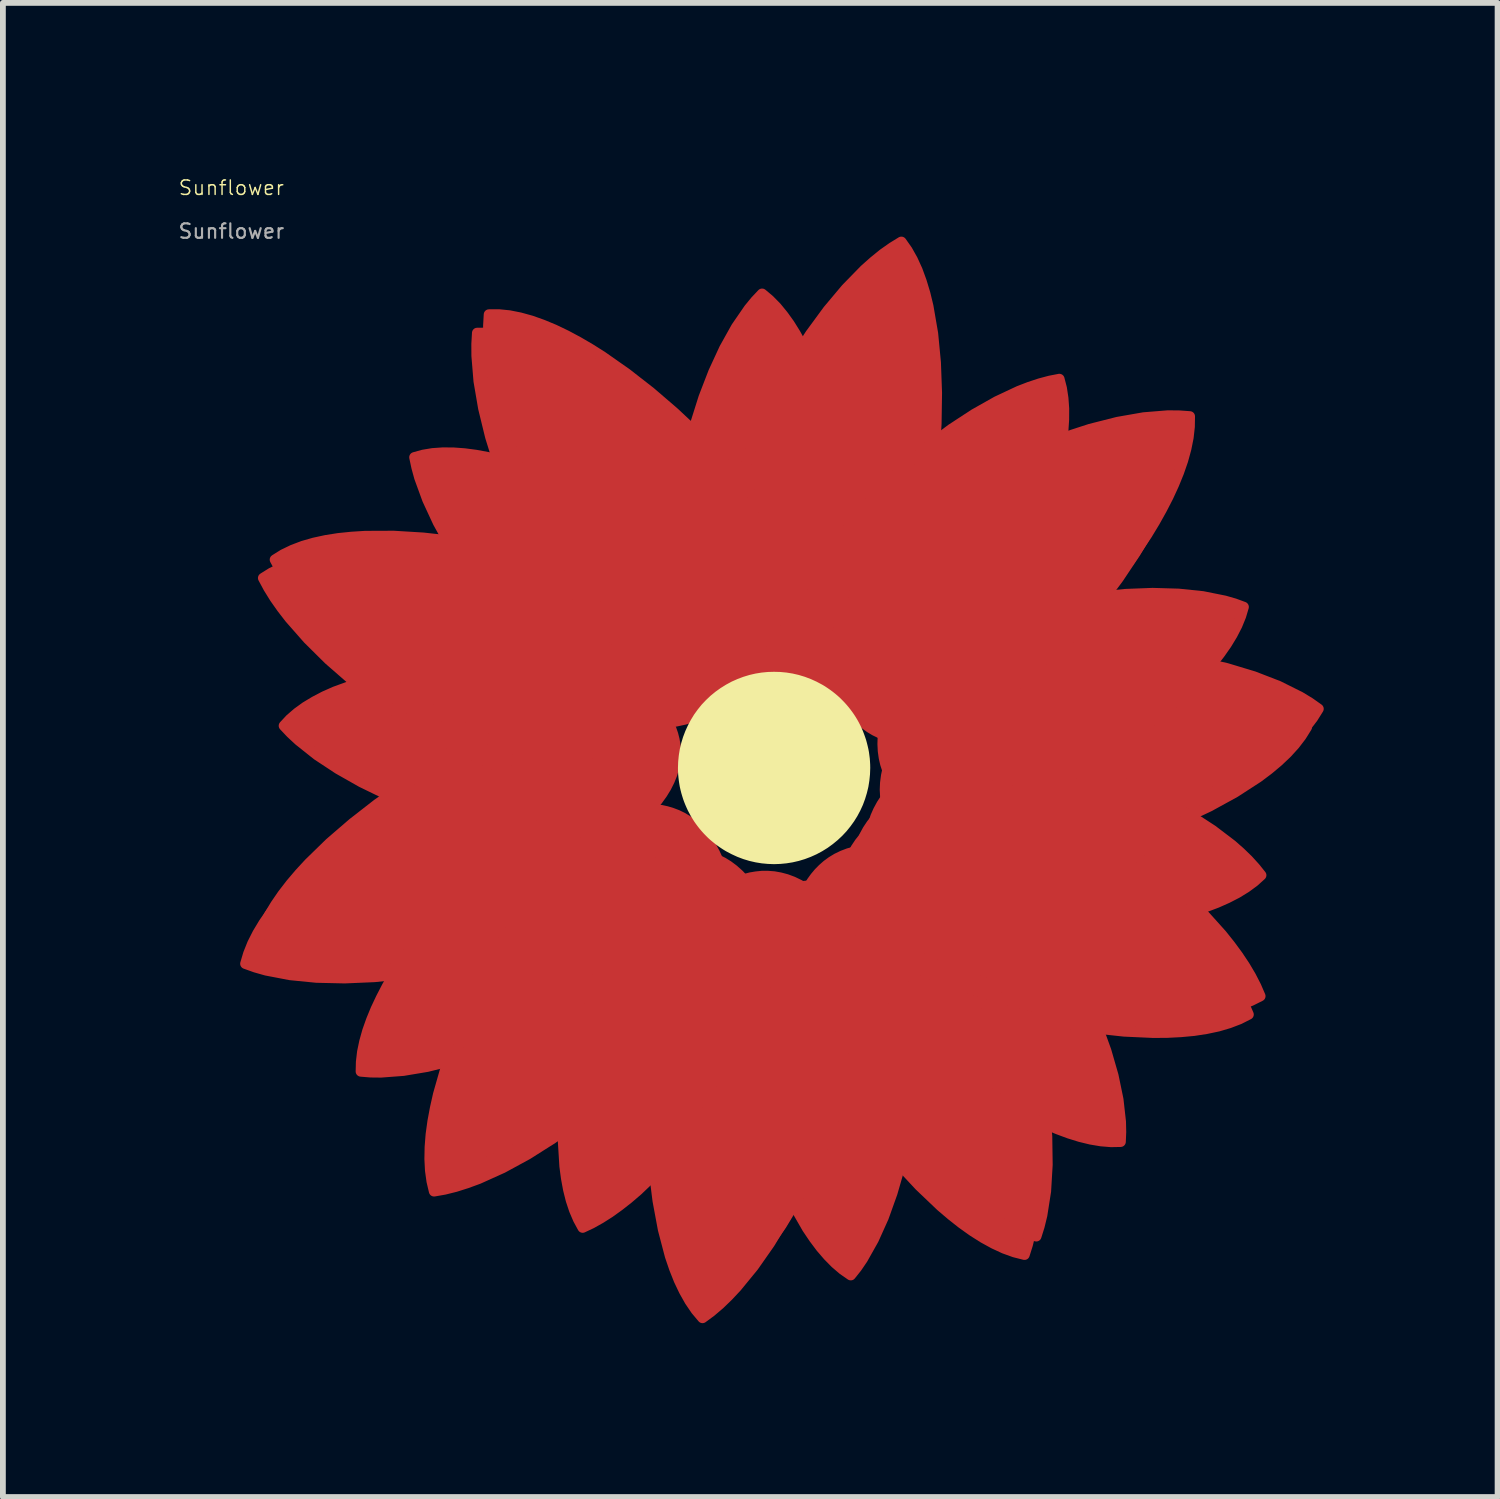
<source format=kicad_pcb>
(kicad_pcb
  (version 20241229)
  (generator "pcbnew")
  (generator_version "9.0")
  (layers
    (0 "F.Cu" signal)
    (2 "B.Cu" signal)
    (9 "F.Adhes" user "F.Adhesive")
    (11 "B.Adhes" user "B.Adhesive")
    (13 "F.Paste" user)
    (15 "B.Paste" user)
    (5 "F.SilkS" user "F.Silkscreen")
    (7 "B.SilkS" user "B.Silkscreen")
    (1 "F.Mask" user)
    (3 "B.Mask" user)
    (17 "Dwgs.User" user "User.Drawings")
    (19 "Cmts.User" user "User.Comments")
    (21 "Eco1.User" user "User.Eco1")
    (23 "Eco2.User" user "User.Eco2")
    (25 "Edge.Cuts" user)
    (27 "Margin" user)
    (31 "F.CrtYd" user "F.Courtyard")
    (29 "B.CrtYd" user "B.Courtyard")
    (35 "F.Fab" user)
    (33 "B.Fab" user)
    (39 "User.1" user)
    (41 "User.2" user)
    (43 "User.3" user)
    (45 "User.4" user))
  (footprint "Sunflower"
    (layer "F.Cu")
    (at 0.942 0.315)
    (property "Reference" "Sunflower" (at 0 -0.125 0) (unlocked yes) (layer "F.SilkS") (effects (font (size 0.25 0.25) (thickness 0.025))))
    (attr through_hole)
    (fp_poly (pts (xy 11.002 9.886) (xy 11.002 9.886) (xy 11.002 9.886)) (stroke (width 0.044) (type solid)) (fill yes) (layer "F.Cu"))
    (fp_poly (pts (xy 5.408 8.05) (xy 5.809 8.076) (xy 6.165 8.12) (xy 6.466 8.18) (xy 6.701 8.255) (xy 6.791 8.298) (xy 6.861 8.344) (xy 7.069 8.512) (xy 7.167 8.603) (xy 7.271 8.712) (xy 7.375 8.837) (xy 7.472 8.979) (xy 7.516 9.055) (xy 7.556 9.135) (xy 7.591 9.219) (xy 7.621 9.306) (xy 7.644 9.396) (xy 7.66 9.489) (xy 7.668 9.585) (xy 7.667 9.684) (xy 7.657 9.786) (xy 7.636 9.89) (xy 7.604 9.997) (xy 7.56 10.106) (xy 7.504 10.218) (xy 7.434 10.332) (xy 7.35 10.448) (xy 7.251 10.565) (xy 7.136 10.677) (xy 7.005 10.773) (xy 6.86 10.856) (xy 6.701 10.924) (xy 6.529 10.98) (xy 6.346 11.022) (xy 6.152 11.053) (xy 5.948 11.071) (xy 5.737 11.078) (xy 5.517 11.075) (xy 5.061 11.036) (xy 4.587 10.959) (xy 4.104 10.848) (xy 3.62 10.706) (xy 3.144 10.537) (xy 2.683 10.344) (xy 2.247 10.132) (xy 1.843 9.903) (xy 1.479 9.663) (xy 1.165 9.413) (xy 1.028 9.286) (xy 0.907 9.158) (xy 1.014 9.043) (xy 1.139 8.935) (xy 1.28 8.833) (xy 1.436 8.739) (xy 1.606 8.65) (xy 1.789 8.569) (xy 2.188 8.424) (xy 2.622 8.305) (xy 3.081 8.209) (xy 3.556 8.135) (xy 4.036 8.084) (xy 4.512 8.053) (xy 4.973 8.042)) (stroke (width 0.18) (type solid)) (fill yes) (layer "F.Cu"))
    (fp_poly (pts (xy 15.416 8.222) (xy 15.95 8.28) (xy 16.472 8.368) (xy 16.971 8.483) (xy 17.438 8.625) (xy 17.864 8.79) (xy 18.24 8.977) (xy 18.406 9.078) (xy 18.556 9.184) (xy 18.461 9.336) (xy 18.347 9.485) (xy 18.214 9.631) (xy 18.063 9.774) (xy 17.897 9.913) (xy 17.716 10.049) (xy 17.316 10.308) (xy 16.875 10.55) (xy 16.402 10.773) (xy 15.909 10.975) (xy 15.407 11.156) (xy 14.907 11.312) (xy 14.419 11.444) (xy 13.955 11.548) (xy 13.524 11.624) (xy 13.139 11.67) (xy 12.809 11.684) (xy 12.547 11.664) (xy 12.444 11.641) (xy 12.362 11.609) (xy 12.113 11.483) (xy 11.994 11.41) (xy 11.865 11.32) (xy 11.734 11.211) (xy 11.67 11.15) (xy 11.608 11.084) (xy 11.548 11.013) (xy 11.493 10.937) (xy 11.441 10.857) (xy 11.396 10.771) (xy 11.356 10.68) (xy 11.324 10.583) (xy 11.299 10.482) (xy 11.284 10.375) (xy 11.278 10.263) (xy 11.283 10.145) (xy 11.299 10.021) (xy 11.327 9.892) (xy 11.368 9.757) (xy 11.424 9.616) (xy 11.494 9.47) (xy 11.58 9.317) (xy 11.684 9.167) (xy 11.807 9.029) (xy 11.948 8.903) (xy 12.106 8.787) (xy 12.279 8.683) (xy 12.467 8.589) (xy 12.668 8.506) (xy 12.881 8.433) (xy 13.339 8.318) (xy 13.83 8.241) (xy 14.347 8.2) (xy 14.879 8.194)) (stroke (width 0.18) (type solid)) (fill yes) (layer "F.Cu"))
    (fp_poly (pts (xy 15.619 7.904) (xy 16.154 7.963) (xy 16.675 8.051) (xy 17.174 8.166) (xy 17.641 8.307) (xy 18.068 8.472) (xy 18.443 8.659) (xy 18.609 8.76) (xy 18.759 8.866) (xy 18.664 9.018) (xy 18.55 9.168) (xy 18.417 9.314) (xy 18.266 9.456) (xy 18.1 9.596) (xy 17.919 9.731) (xy 17.52 9.99) (xy 17.078 10.232) (xy 16.605 10.455) (xy 16.113 10.658) (xy 15.611 10.838) (xy 15.11 10.995) (xy 14.622 11.126) (xy 14.158 11.231) (xy 13.727 11.307) (xy 13.342 11.352) (xy 13.013 11.366) (xy 12.75 11.347) (xy 12.647 11.324) (xy 12.565 11.292) (xy 12.316 11.165) (xy 12.197 11.092) (xy 12.068 11.002) (xy 11.937 10.894) (xy 11.873 10.833) (xy 11.811 10.766) (xy 11.751 10.696) (xy 11.696 10.62) (xy 11.645 10.539) (xy 11.599 10.453) (xy 11.559 10.362) (xy 11.527 10.266) (xy 11.503 10.164) (xy 11.487 10.057) (xy 11.481 9.945) (xy 11.486 9.827) (xy 11.502 9.704) (xy 11.53 9.575) (xy 11.572 9.44) (xy 11.627 9.299) (xy 11.697 9.152) (xy 11.783 9) (xy 11.887 8.85) (xy 12.01 8.712) (xy 12.151 8.585) (xy 12.309 8.47) (xy 12.482 8.365) (xy 12.67 8.272) (xy 12.871 8.189) (xy 13.084 8.116) (xy 13.542 8) (xy 14.034 7.923) (xy 14.55 7.883) (xy 15.082 7.877)) (stroke (width 0.18) (type solid)) (fill yes) (layer "F.Cu"))
    (fp_poly (pts (xy 9.284 1.81) (xy 9.405 1.933) (xy 9.52 2.073) (xy 9.631 2.227) (xy 9.736 2.396) (xy 9.836 2.578) (xy 10.02 2.974) (xy 10.184 3.406) (xy 10.326 3.864) (xy 10.447 4.337) (xy 10.547 4.816) (xy 10.625 5.291) (xy 10.682 5.751) (xy 10.718 6.186) (xy 10.732 6.587) (xy 10.724 6.943) (xy 10.694 7.244) (xy 10.643 7.48) (xy 10.609 7.571) (xy 10.57 7.641) (xy 10.423 7.851) (xy 10.342 7.95) (xy 10.243 8.055) (xy 10.128 8.161) (xy 10.064 8.211) (xy 9.996 8.259) (xy 9.924 8.304) (xy 9.848 8.345) (xy 9.768 8.381) (xy 9.684 8.412) (xy 9.597 8.436) (xy 9.505 8.453) (xy 9.41 8.462) (xy 9.311 8.463) (xy 9.208 8.454) (xy 9.101 8.434) (xy 8.991 8.404) (xy 8.878 8.362) (xy 8.76 8.307) (xy 8.64 8.239) (xy 8.515 8.156) (xy 8.388 8.059) (xy 8.265 7.945) (xy 8.155 7.816) (xy 8.058 7.671) (xy 7.974 7.513) (xy 7.901 7.342) (xy 7.84 7.16) (xy 7.79 6.967) (xy 7.751 6.764) (xy 7.723 6.552) (xy 7.704 6.333) (xy 7.697 5.877) (xy 7.726 5.402) (xy 7.789 4.919) (xy 7.883 4.434) (xy 8.004 3.956) (xy 8.15 3.493) (xy 8.319 3.055) (xy 8.507 2.648) (xy 8.711 2.282) (xy 8.929 1.965) (xy 9.042 1.827) (xy 9.158 1.704)) (stroke (width 0.18) (type solid)) (fill yes) (layer "F.Cu"))
    (fp_poly (pts (xy 10.154 11.929) (xy 10.266 11.95) (xy 10.383 11.982) (xy 10.505 12.026) (xy 10.631 12.084) (xy 10.762 12.155) (xy 10.898 12.241) (xy 11.03 12.343) (xy 11.151 12.463) (xy 11.26 12.598) (xy 11.358 12.748) (xy 11.446 12.912) (xy 11.523 13.088) (xy 11.589 13.276) (xy 11.646 13.475) (xy 11.693 13.683) (xy 11.73 13.9) (xy 11.777 14.354) (xy 11.79 14.829) (xy 11.77 15.316) (xy 11.719 15.808) (xy 11.64 16.294) (xy 11.535 16.768) (xy 11.405 17.219) (xy 11.254 17.641) (xy 11.082 18.023) (xy 10.893 18.359) (xy 10.793 18.506) (xy 10.688 18.638) (xy 10.553 18.544) (xy 10.422 18.432) (xy 10.295 18.303) (xy 10.171 18.159) (xy 10.052 18) (xy 9.936 17.828) (xy 9.718 17.449) (xy 9.517 17.033) (xy 9.335 16.589) (xy 9.173 16.128) (xy 9.032 15.66) (xy 8.912 15.194) (xy 8.815 14.741) (xy 8.741 14.31) (xy 8.692 13.912) (xy 8.669 13.557) (xy 8.672 13.255) (xy 8.702 13.015) (xy 8.728 12.922) (xy 8.761 12.848) (xy 8.889 12.626) (xy 8.961 12.52) (xy 9.05 12.407) (xy 9.155 12.292) (xy 9.215 12.236) (xy 9.278 12.182) (xy 9.346 12.131) (xy 9.418 12.084) (xy 9.494 12.041) (xy 9.575 12.003) (xy 9.66 11.971) (xy 9.75 11.946) (xy 9.844 11.929) (xy 9.943 11.919) (xy 10.046 11.919)) (stroke (width 0.18) (type solid)) (fill yes) (layer "F.Cu"))
    (fp_poly (pts (xy 13.175 9.629) (xy 13.394 9.642) (xy 13.847 9.7) (xy 14.313 9.796) (xy 14.783 9.927) (xy 15.25 10.088) (xy 15.705 10.276) (xy 16.142 10.486) (xy 16.553 10.715) (xy 16.928 10.959) (xy 17.262 11.213) (xy 17.41 11.343) (xy 17.545 11.474) (xy 17.665 11.606) (xy 17.77 11.737) (xy 17.648 11.847) (xy 17.509 11.949) (xy 17.355 12.044) (xy 17.186 12.131) (xy 17.004 12.212) (xy 16.81 12.285) (xy 16.391 12.411) (xy 15.94 12.511) (xy 15.467 12.587) (xy 14.981 12.64) (xy 14.493 12.671) (xy 14.012 12.681) (xy 13.549 12.673) (xy 13.113 12.646) (xy 12.714 12.603) (xy 12.363 12.545) (xy 12.069 12.473) (xy 11.842 12.389) (xy 11.758 12.342) (xy 11.693 12.293) (xy 11.507 12.118) (xy 11.42 12.024) (xy 11.33 11.911) (xy 11.242 11.782) (xy 11.163 11.638) (xy 11.129 11.56) (xy 11.099 11.479) (xy 11.075 11.395) (xy 11.056 11.308) (xy 11.045 11.217) (xy 11.041 11.124) (xy 11.045 11.029) (xy 11.059 10.931) (xy 11.082 10.83) (xy 11.116 10.727) (xy 11.162 10.623) (xy 11.22 10.516) (xy 11.291 10.408) (xy 11.376 10.298) (xy 11.475 10.187) (xy 11.59 10.074) (xy 11.72 9.969) (xy 11.863 9.878) (xy 12.02 9.803) (xy 12.188 9.741) (xy 12.368 9.694) (xy 12.557 9.659) (xy 12.755 9.637) (xy 12.962 9.627)) (stroke (width 0.18) (type solid)) (fill yes) (layer "F.Cu"))
    (fp_poly (pts (xy 3.83 4.446) (xy 4.021 4.46) (xy 4.219 4.486) (xy 4.424 4.524) (xy 4.634 4.572) (xy 5.067 4.698) (xy 5.509 4.856) (xy 5.952 5.043) (xy 6.388 5.25) (xy 6.809 5.473) (xy 7.207 5.706) (xy 7.574 5.941) (xy 7.901 6.173) (xy 8.182 6.397) (xy 8.407 6.605) (xy 8.496 6.702) (xy 8.568 6.792) (xy 8.622 6.876) (xy 8.658 6.952) (xy 8.747 7.204) (xy 8.782 7.333) (xy 8.814 7.48) (xy 8.836 7.642) (xy 8.845 7.813) (xy 8.842 7.901) (xy 8.834 7.99) (xy 8.821 8.08) (xy 8.8 8.169) (xy 8.773 8.258) (xy 8.738 8.346) (xy 8.694 8.432) (xy 8.641 8.516) (xy 8.579 8.597) (xy 8.507 8.675) (xy 8.424 8.75) (xy 8.329 8.82) (xy 8.223 8.885) (xy 8.104 8.946) (xy 7.972 9) (xy 7.825 9.049) (xy 7.669 9.083) (xy 7.507 9.097) (xy 7.34 9.091) (xy 7.169 9.066) (xy 6.993 9.023) (xy 6.815 8.964) (xy 6.634 8.888) (xy 6.451 8.797) (xy 6.267 8.692) (xy 6.082 8.574) (xy 5.713 8.302) (xy 5.35 7.988) (xy 4.997 7.64) (xy 4.659 7.266) (xy 4.342 6.872) (xy 4.051 6.467) (xy 3.79 6.057) (xy 3.566 5.651) (xy 3.383 5.256) (xy 3.245 4.878) (xy 3.196 4.699) (xy 3.159 4.526) (xy 3.311 4.484) (xy 3.474 4.457) (xy 3.647 4.445)) (stroke (width 0.18) (type solid)) (fill yes) (layer "F.Cu"))
    (fp_poly (pts (xy 5.561 9.268) (xy 5.834 9.323) (xy 5.968 9.361) (xy 6.117 9.414) (xy 6.272 9.483) (xy 6.35 9.525) (xy 6.428 9.572) (xy 6.504 9.624) (xy 6.578 9.682) (xy 6.649 9.747) (xy 6.716 9.817) (xy 6.778 9.894) (xy 6.835 9.978) (xy 6.886 10.069) (xy 6.93 10.168) (xy 6.965 10.275) (xy 6.992 10.39) (xy 7.01 10.513) (xy 7.017 10.645) (xy 7.013 10.786) (xy 6.998 10.937) (xy 6.969 11.097) (xy 6.928 11.267) (xy 6.867 11.439) (xy 6.786 11.605) (xy 6.684 11.765) (xy 6.563 11.918) (xy 6.424 12.065) (xy 6.268 12.206) (xy 6.097 12.34) (xy 5.911 12.467) (xy 5.501 12.701) (xy 5.048 12.907) (xy 4.561 13.084) (xy 4.05 13.232) (xy 3.525 13.35) (xy 2.994 13.437) (xy 2.469 13.492) (xy 1.957 13.514) (xy 1.469 13.503) (xy 1.014 13.458) (xy 0.602 13.379) (xy 0.415 13.326) (xy 0.242 13.264) (xy 0.293 13.092) (xy 0.363 12.917) (xy 0.452 12.741) (xy 0.559 12.563) (xy 0.682 12.385) (xy 0.82 12.206) (xy 0.971 12.027) (xy 1.136 11.849) (xy 1.496 11.498) (xy 1.892 11.156) (xy 2.312 10.829) (xy 2.748 10.521) (xy 3.188 10.236) (xy 3.622 9.978) (xy 4.042 9.753) (xy 4.436 9.565) (xy 4.795 9.418) (xy 5.109 9.316) (xy 5.246 9.284) (xy 5.368 9.265) (xy 5.473 9.259)) (stroke (width 0.18) (type solid)) (fill yes) (layer "F.Cu"))
    (fp_poly (pts (xy 5.764 8.95) (xy 6.037 9.006) (xy 6.172 9.044) (xy 6.32 9.096) (xy 6.475 9.166) (xy 6.553 9.207) (xy 6.631 9.254) (xy 6.707 9.307) (xy 6.781 9.365) (xy 6.852 9.429) (xy 6.919 9.5) (xy 6.981 9.577) (xy 7.038 9.661) (xy 7.089 9.752) (xy 7.133 9.851) (xy 7.168 9.957) (xy 7.196 10.072) (xy 7.213 10.196) (xy 7.22 10.328) (xy 7.217 10.469) (xy 7.201 10.619) (xy 7.173 10.779) (xy 7.131 10.949) (xy 7.071 11.121) (xy 6.989 11.287) (xy 6.887 11.447) (xy 6.766 11.601) (xy 6.627 11.748) (xy 6.471 11.888) (xy 6.3 12.022) (xy 6.114 12.149) (xy 5.704 12.383) (xy 5.251 12.589) (xy 4.764 12.767) (xy 4.253 12.915) (xy 3.728 13.032) (xy 3.198 13.119) (xy 2.672 13.174) (xy 2.16 13.196) (xy 1.672 13.186) (xy 1.217 13.141) (xy 0.805 13.061) (xy 0.618 13.008) (xy 0.445 12.946) (xy 0.496 12.774) (xy 0.566 12.6) (xy 0.655 12.424) (xy 0.762 12.246) (xy 0.885 12.067) (xy 1.023 11.888) (xy 1.175 11.709) (xy 1.339 11.531) (xy 1.699 11.18) (xy 2.095 10.839) (xy 2.515 10.512) (xy 2.951 10.203) (xy 3.391 9.918) (xy 3.826 9.661) (xy 4.245 9.436) (xy 4.64 9.247) (xy 4.999 9.1) (xy 5.312 8.999) (xy 5.449 8.966) (xy 5.571 8.947) (xy 5.676 8.942)) (stroke (width 0.18) (type solid)) (fill yes) (layer "F.Cu"))
    (fp_poly (pts (xy 9.159 12.077) (xy 9.266 12.095) (xy 9.374 12.125) (xy 9.485 12.166) (xy 9.597 12.22) (xy 9.711 12.287) (xy 9.826 12.368) (xy 9.943 12.465) (xy 10.06 12.577) (xy 10.179 12.706) (xy 10.288 12.852) (xy 10.381 13.012) (xy 10.457 13.185) (xy 10.518 13.371) (xy 10.563 13.568) (xy 10.594 13.776) (xy 10.61 13.993) (xy 10.613 14.218) (xy 10.602 14.45) (xy 10.58 14.689) (xy 10.545 14.933) (xy 10.5 15.18) (xy 10.377 15.684) (xy 10.217 16.191) (xy 10.023 16.693) (xy 9.801 17.182) (xy 9.555 17.65) (xy 9.29 18.088) (xy 9.01 18.488) (xy 8.72 18.842) (xy 8.573 18.999) (xy 8.426 19.141) (xy 8.278 19.267) (xy 8.13 19.376) (xy 8.015 19.239) (xy 7.909 19.083) (xy 7.812 18.911) (xy 7.723 18.724) (xy 7.643 18.523) (xy 7.57 18.309) (xy 7.449 17.848) (xy 7.357 17.353) (xy 7.292 16.834) (xy 7.253 16.303) (xy 7.238 15.77) (xy 7.245 15.246) (xy 7.273 14.741) (xy 7.318 14.267) (xy 7.38 13.834) (xy 7.457 13.454) (xy 7.547 13.137) (xy 7.647 12.893) (xy 7.701 12.802) (xy 7.757 12.734) (xy 7.955 12.538) (xy 8.061 12.447) (xy 8.187 12.353) (xy 8.331 12.262) (xy 8.491 12.182) (xy 8.577 12.147) (xy 8.666 12.118) (xy 8.759 12.095) (xy 8.855 12.078) (xy 8.954 12.069) (xy 9.055 12.068)) (stroke (width 0.18) (type solid)) (fill yes) (layer "F.Cu"))
    (fp_poly (pts (xy 9.363 11.759) (xy 9.469 11.778) (xy 9.578 11.807) (xy 9.688 11.848) (xy 9.8 11.902) (xy 9.914 11.969) (xy 10.03 12.051) (xy 10.146 12.147) (xy 10.263 12.26) (xy 10.382 12.389) (xy 10.492 12.534) (xy 10.584 12.694) (xy 10.661 12.868) (xy 10.721 13.054) (xy 10.766 13.251) (xy 10.797 13.459) (xy 10.813 13.675) (xy 10.816 13.901) (xy 10.806 14.133) (xy 10.783 14.371) (xy 10.749 14.615) (xy 10.703 14.863) (xy 10.58 15.366) (xy 10.42 15.873) (xy 10.227 16.376) (xy 10.004 16.865) (xy 9.758 17.333) (xy 9.493 17.771) (xy 9.213 18.171) (xy 8.924 18.524) (xy 8.777 18.681) (xy 8.629 18.823) (xy 8.481 18.949) (xy 8.333 19.059) (xy 8.218 18.921) (xy 8.112 18.766) (xy 8.015 18.594) (xy 7.926 18.407) (xy 7.846 18.205) (xy 7.774 17.991) (xy 7.652 17.53) (xy 7.56 17.035) (xy 7.495 16.517) (xy 7.457 15.986) (xy 7.442 15.452) (xy 7.449 14.928) (xy 7.476 14.424) (xy 7.522 13.95) (xy 7.584 13.517) (xy 7.66 13.137) (xy 7.75 12.819) (xy 7.85 12.576) (xy 7.904 12.485) (xy 7.96 12.417) (xy 8.158 12.22) (xy 8.264 12.129) (xy 8.39 12.035) (xy 8.534 11.945) (xy 8.694 11.864) (xy 8.78 11.83) (xy 8.87 11.801) (xy 8.962 11.777) (xy 9.058 11.761) (xy 9.157 11.751) (xy 9.258 11.751)) (stroke (width 0.18) (type solid)) (fill yes) (layer "F.Cu"))
    (fp_poly (pts (xy 11.108 11.62) (xy 11.269 11.643) (xy 11.441 11.678) (xy 11.615 11.732) (xy 11.784 11.807) (xy 11.947 11.903) (xy 12.105 12.019) (xy 12.257 12.152) (xy 12.404 12.303) (xy 12.544 12.469) (xy 12.678 12.65) (xy 12.927 13.051) (xy 13.15 13.496) (xy 13.345 13.975) (xy 13.512 14.48) (xy 13.649 15.001) (xy 13.756 15.528) (xy 13.83 16.051) (xy 13.872 16.562) (xy 13.879 17.05) (xy 13.851 17.506) (xy 13.787 17.921) (xy 13.741 18.11) (xy 13.686 18.285) (xy 13.512 18.241) (xy 13.335 18.177) (xy 13.156 18.094) (xy 12.974 17.994) (xy 12.791 17.878) (xy 12.607 17.747) (xy 12.423 17.602) (xy 12.239 17.445) (xy 11.874 17.097) (xy 11.518 16.715) (xy 11.176 16.307) (xy 10.851 15.883) (xy 10.55 15.454) (xy 10.277 15.029) (xy 10.036 14.618) (xy 9.833 14.231) (xy 9.673 13.878) (xy 9.559 13.568) (xy 9.522 13.433) (xy 9.498 13.312) (xy 9.489 13.207) (xy 9.494 13.119) (xy 9.539 12.844) (xy 9.572 12.708) (xy 9.619 12.558) (xy 9.683 12.4) (xy 9.722 12.32) (xy 9.766 12.241) (xy 9.815 12.163) (xy 9.871 12.087) (xy 9.932 12.014) (xy 10 11.944) (xy 10.075 11.879) (xy 10.157 11.819) (xy 10.246 11.765) (xy 10.343 11.717) (xy 10.448 11.678) (xy 10.562 11.646) (xy 10.685 11.624) (xy 10.816 11.612) (xy 10.957 11.61)) (stroke (width 0.18) (type solid)) (fill yes) (layer "F.Cu"))
    (fp_poly (pts (xy 11.311 11.303) (xy 11.473 11.325) (xy 11.644 11.361) (xy 11.818 11.414) (xy 11.987 11.49) (xy 12.151 11.586) (xy 12.308 11.701) (xy 12.461 11.835) (xy 12.607 11.985) (xy 12.747 12.151) (xy 12.881 12.332) (xy 13.13 12.733) (xy 13.353 13.178) (xy 13.548 13.658) (xy 13.715 14.163) (xy 13.852 14.684) (xy 13.959 15.21) (xy 14.033 15.734) (xy 14.075 16.244) (xy 14.082 16.732) (xy 14.055 17.188) (xy 13.99 17.603) (xy 13.944 17.792) (xy 13.889 17.967) (xy 13.715 17.923) (xy 13.538 17.859) (xy 13.359 17.777) (xy 13.177 17.677) (xy 12.994 17.561) (xy 12.81 17.429) (xy 12.626 17.285) (xy 12.442 17.127) (xy 12.077 16.78) (xy 11.721 16.397) (xy 11.379 15.989) (xy 11.054 15.566) (xy 10.753 15.137) (xy 10.48 14.712) (xy 10.239 14.301) (xy 10.036 13.914) (xy 9.876 13.56) (xy 9.763 13.251) (xy 9.725 13.115) (xy 9.701 12.994) (xy 9.692 12.889) (xy 9.697 12.801) (xy 9.743 12.526) (xy 9.776 12.39) (xy 9.823 12.24) (xy 9.886 12.083) (xy 9.925 12.003) (xy 9.969 11.924) (xy 10.018 11.846) (xy 10.074 11.769) (xy 10.135 11.696) (xy 10.203 11.627) (xy 10.278 11.561) (xy 10.36 11.501) (xy 10.449 11.447) (xy 10.546 11.4) (xy 10.651 11.36) (xy 10.765 11.329) (xy 10.888 11.307) (xy 11.019 11.294) (xy 11.161 11.293)) (stroke (width 0.18) (type solid)) (fill yes) (layer "F.Cu"))
    (fp_poly (pts (xy 11.461 1.272) (xy 11.553 1.436) (xy 11.634 1.616) (xy 11.706 1.81) (xy 11.769 2.018) (xy 11.822 2.238) (xy 11.903 2.707) (xy 11.951 3.208) (xy 11.97 3.731) (xy 11.962 4.263) (xy 11.93 4.796) (xy 11.877 5.317) (xy 11.806 5.817) (xy 11.719 6.286) (xy 11.619 6.711) (xy 11.509 7.083) (xy 11.392 7.392) (xy 11.27 7.625) (xy 11.209 7.711) (xy 11.147 7.774) (xy 10.933 7.952) (xy 10.819 8.034) (xy 10.685 8.116) (xy 10.534 8.194) (xy 10.367 8.26) (xy 10.279 8.287) (xy 10.187 8.308) (xy 10.093 8.323) (xy 9.996 8.331) (xy 9.897 8.332) (xy 9.796 8.324) (xy 9.693 8.306) (xy 9.588 8.278) (xy 9.483 8.239) (xy 9.376 8.189) (xy 9.269 8.125) (xy 9.161 8.048) (xy 9.054 7.957) (xy 8.946 7.851) (xy 8.839 7.728) (xy 8.733 7.589) (xy 8.636 7.435) (xy 8.558 7.267) (xy 8.497 7.088) (xy 8.453 6.897) (xy 8.425 6.697) (xy 8.413 6.487) (xy 8.416 6.27) (xy 8.433 6.045) (xy 8.463 5.815) (xy 8.507 5.579) (xy 8.562 5.34) (xy 8.63 5.097) (xy 8.796 4.606) (xy 9 4.115) (xy 9.237 3.632) (xy 9.501 3.164) (xy 9.787 2.719) (xy 10.09 2.306) (xy 10.404 1.932) (xy 10.723 1.605) (xy 10.884 1.462) (xy 11.043 1.334) (xy 11.202 1.221) (xy 11.358 1.125)) (stroke (width 0.18) (type solid)) (fill yes) (layer "F.Cu"))
    (fp_poly (pts (xy 11.664 0.954) (xy 11.756 1.118) (xy 11.838 1.298) (xy 11.909 1.493) (xy 11.972 1.701) (xy 12.025 1.92) (xy 12.106 2.39) (xy 12.154 2.891) (xy 12.173 3.413) (xy 12.165 3.946) (xy 12.133 4.478) (xy 12.08 5) (xy 12.009 5.5) (xy 11.922 5.968) (xy 11.822 6.394) (xy 11.712 6.766) (xy 11.595 7.074) (xy 11.474 7.308) (xy 11.412 7.393) (xy 11.351 7.456) (xy 11.136 7.635) (xy 11.022 7.716) (xy 10.889 7.799) (xy 10.737 7.876) (xy 10.571 7.942) (xy 10.482 7.969) (xy 10.391 7.99) (xy 10.296 8.006) (xy 10.199 8.014) (xy 10.1 8.014) (xy 9.999 8.006) (xy 9.896 7.989) (xy 9.791 7.961) (xy 9.686 7.922) (xy 9.579 7.871) (xy 9.472 7.808) (xy 9.365 7.731) (xy 9.257 7.64) (xy 9.149 7.533) (xy 9.042 7.411) (xy 8.936 7.272) (xy 8.839 7.117) (xy 8.761 6.95) (xy 8.7 6.77) (xy 8.656 6.58) (xy 8.628 6.379) (xy 8.616 6.17) (xy 8.619 5.952) (xy 8.636 5.728) (xy 8.667 5.497) (xy 8.71 5.262) (xy 8.766 5.022) (xy 8.833 4.779) (xy 8.999 4.289) (xy 9.203 3.798) (xy 9.44 3.314) (xy 9.704 2.846) (xy 9.99 2.402) (xy 10.293 1.989) (xy 10.607 1.615) (xy 10.926 1.288) (xy 11.087 1.145) (xy 11.246 1.016) (xy 11.405 0.904) (xy 11.561 0.808)) (stroke (width 0.18) (type solid)) (fill yes) (layer "F.Cu"))
    (fp_poly (pts (xy 16.343 6.882) (xy 16.76 6.925) (xy 17.138 7.001) (xy 17.309 7.05) (xy 17.467 7.108) (xy 17.42 7.266) (xy 17.355 7.425) (xy 17.272 7.586) (xy 17.173 7.749) (xy 17.059 7.912) (xy 16.932 8.076) (xy 16.792 8.239) (xy 16.64 8.401) (xy 16.308 8.721) (xy 15.943 9.033) (xy 15.555 9.33) (xy 15.154 9.611) (xy 14.749 9.87) (xy 14.349 10.103) (xy 13.963 10.308) (xy 13.6 10.478) (xy 13.27 10.611) (xy 12.981 10.703) (xy 12.856 10.732) (xy 12.744 10.749) (xy 12.647 10.753) (xy 12.567 10.745) (xy 12.316 10.692) (xy 12.193 10.657) (xy 12.058 10.608) (xy 11.916 10.543) (xy 11.844 10.505) (xy 11.773 10.461) (xy 11.704 10.413) (xy 11.636 10.359) (xy 11.571 10.3) (xy 11.51 10.235) (xy 11.453 10.164) (xy 11.402 10.086) (xy 11.355 10.002) (xy 11.316 9.911) (xy 11.284 9.813) (xy 11.26 9.708) (xy 11.244 9.594) (xy 11.238 9.473) (xy 11.242 9.344) (xy 11.258 9.206) (xy 11.284 9.059) (xy 11.324 8.904) (xy 11.38 8.746) (xy 11.456 8.594) (xy 11.55 8.448) (xy 11.662 8.308) (xy 11.79 8.174) (xy 11.934 8.046) (xy 12.092 7.924) (xy 12.263 7.808) (xy 12.64 7.596) (xy 13.057 7.409) (xy 13.505 7.249) (xy 13.974 7.116) (xy 14.457 7.011) (xy 14.944 6.935) (xy 15.426 6.887) (xy 15.896 6.869)) (stroke (width 0.18) (type solid)) (fill yes) (layer "F.Cu"))
    (fp_poly (pts (xy 3.108 6.231) (xy 3.628 6.29) (xy 4.148 6.372) (xy 4.657 6.476) (xy 5.145 6.596) (xy 5.601 6.729) (xy 6.015 6.872) (xy 6.377 7.019) (xy 6.676 7.168) (xy 6.902 7.314) (xy 6.985 7.385) (xy 7.046 7.453) (xy 7.216 7.689) (xy 7.293 7.813) (xy 7.372 7.958) (xy 7.445 8.119) (xy 7.506 8.296) (xy 7.531 8.389) (xy 7.55 8.484) (xy 7.563 8.582) (xy 7.569 8.682) (xy 7.568 8.783) (xy 7.558 8.886) (xy 7.539 8.989) (xy 7.51 9.093) (xy 7.47 9.197) (xy 7.418 9.301) (xy 7.355 9.405) (xy 7.277 9.507) (xy 7.186 9.609) (xy 7.08 9.708) (xy 6.959 9.806) (xy 6.821 9.902) (xy 6.668 9.986) (xy 6.503 10.05) (xy 6.326 10.095) (xy 6.139 10.122) (xy 5.943 10.131) (xy 5.738 10.124) (xy 5.525 10.1) (xy 5.306 10.062) (xy 5.081 10.009) (xy 4.851 9.942) (xy 4.618 9.863) (xy 4.382 9.771) (xy 3.905 9.555) (xy 3.429 9.3) (xy 2.961 9.012) (xy 2.508 8.698) (xy 2.079 8.364) (xy 1.68 8.016) (xy 1.321 7.66) (xy 1.007 7.303) (xy 0.87 7.126) (xy 0.747 6.951) (xy 0.64 6.778) (xy 0.549 6.609) (xy 0.695 6.518) (xy 0.857 6.44) (xy 1.034 6.374) (xy 1.225 6.319) (xy 1.43 6.274) (xy 1.645 6.241) (xy 1.871 6.217) (xy 2.106 6.203) (xy 2.597 6.201)) (stroke (width 0.18) (type solid)) (fill yes) (layer "F.Cu"))
    (fp_poly (pts (xy 3.311 5.914) (xy 3.831 5.972) (xy 4.351 6.055) (xy 4.86 6.158) (xy 5.348 6.279) (xy 5.804 6.412) (xy 6.218 6.554) (xy 6.58 6.701) (xy 6.879 6.85) (xy 7.106 6.996) (xy 7.188 7.067) (xy 7.249 7.136) (xy 7.419 7.372) (xy 7.497 7.496) (xy 7.575 7.64) (xy 7.648 7.802) (xy 7.71 7.978) (xy 7.734 8.071) (xy 7.753 8.167) (xy 7.766 8.265) (xy 7.773 8.364) (xy 7.771 8.466) (xy 7.761 8.568) (xy 7.742 8.672) (xy 7.713 8.776) (xy 7.673 8.88) (xy 7.622 8.984) (xy 7.558 9.087) (xy 7.481 9.19) (xy 7.389 9.291) (xy 7.283 9.391) (xy 7.162 9.489) (xy 7.024 9.584) (xy 6.871 9.668) (xy 6.706 9.733) (xy 6.529 9.778) (xy 6.342 9.804) (xy 6.146 9.814) (xy 5.941 9.806) (xy 5.728 9.783) (xy 5.509 9.744) (xy 5.284 9.691) (xy 5.055 9.625) (xy 4.821 9.545) (xy 4.585 9.454) (xy 4.109 9.238) (xy 3.632 8.982) (xy 3.164 8.695) (xy 2.711 8.381) (xy 2.282 8.047) (xy 1.884 7.698) (xy 1.524 7.343) (xy 1.21 6.985) (xy 1.073 6.808) (xy 0.951 6.633) (xy 0.843 6.461) (xy 0.752 6.292) (xy 0.898 6.201) (xy 1.06 6.123) (xy 1.237 6.056) (xy 1.429 6.001) (xy 1.633 5.957) (xy 1.848 5.923) (xy 2.074 5.9) (xy 2.309 5.885) (xy 2.8 5.883)) (stroke (width 0.18) (type solid)) (fill yes) (layer "F.Cu"))
    (fp_poly (pts (xy 4.592 2.397) (xy 4.778 2.433) (xy 4.97 2.487) (xy 5.167 2.556) (xy 5.368 2.64) (xy 5.573 2.739) (xy 5.781 2.849) (xy 5.99 2.972) (xy 6.2 3.105) (xy 6.619 3.398) (xy 7.032 3.721) (xy 7.431 4.064) (xy 7.81 4.419) (xy 8.163 4.777) (xy 8.482 5.129) (xy 8.76 5.467) (xy 8.991 5.782) (xy 9.168 6.066) (xy 9.234 6.193) (xy 9.284 6.309) (xy 9.317 6.413) (xy 9.333 6.503) (xy 9.354 6.793) (xy 9.355 6.939) (xy 9.346 7.103) (xy 9.324 7.279) (xy 9.306 7.37) (xy 9.284 7.462) (xy 9.256 7.554) (xy 9.222 7.645) (xy 9.182 7.735) (xy 9.135 7.824) (xy 9.081 7.909) (xy 9.019 7.991) (xy 8.948 8.07) (xy 8.869 8.143) (xy 8.78 8.211) (xy 8.682 8.272) (xy 8.573 8.327) (xy 8.454 8.374) (xy 8.323 8.412) (xy 8.181 8.442) (xy 8.026 8.461) (xy 7.858 8.47) (xy 7.684 8.462) (xy 7.51 8.43) (xy 7.336 8.376) (xy 7.162 8.301) (xy 6.99 8.206) (xy 6.819 8.092) (xy 6.651 7.961) (xy 6.484 7.813) (xy 6.16 7.473) (xy 5.85 7.081) (xy 5.557 6.648) (xy 5.285 6.181) (xy 5.037 5.69) (xy 4.816 5.186) (xy 4.625 4.676) (xy 4.468 4.171) (xy 4.348 3.679) (xy 4.268 3.211) (xy 4.232 2.774) (xy 4.231 2.571) (xy 4.242 2.38) (xy 4.413 2.379)) (stroke (width 0.18) (type solid)) (fill yes) (layer "F.Cu"))
    (fp_poly (pts (xy 4.795 2.079) (xy 4.981 2.116) (xy 5.173 2.169) (xy 5.37 2.239) (xy 5.572 2.323) (xy 5.776 2.421) (xy 5.984 2.532) (xy 6.193 2.654) (xy 6.403 2.787) (xy 6.822 3.081) (xy 7.235 3.403) (xy 7.634 3.746) (xy 8.014 4.101) (xy 8.366 4.459) (xy 8.685 4.812) (xy 8.963 5.15) (xy 9.194 5.465) (xy 9.371 5.748) (xy 9.437 5.875) (xy 9.487 5.991) (xy 9.52 6.095) (xy 9.536 6.185) (xy 9.558 6.476) (xy 9.558 6.622) (xy 9.55 6.786) (xy 9.527 6.962) (xy 9.509 7.053) (xy 9.487 7.144) (xy 9.459 7.236) (xy 9.425 7.328) (xy 9.385 7.418) (xy 9.338 7.506) (xy 9.284 7.592) (xy 9.222 7.674) (xy 9.151 7.752) (xy 9.072 7.825) (xy 8.984 7.893) (xy 8.885 7.955) (xy 8.777 8.009) (xy 8.657 8.056) (xy 8.526 8.095) (xy 8.384 8.124) (xy 8.229 8.144) (xy 8.062 8.153) (xy 7.887 8.144) (xy 7.713 8.113) (xy 7.539 8.058) (xy 7.366 7.983) (xy 7.193 7.888) (xy 7.023 7.774) (xy 6.854 7.643) (xy 6.687 7.495) (xy 6.363 7.155) (xy 6.053 6.764) (xy 5.76 6.33) (xy 5.488 5.863) (xy 5.24 5.373) (xy 5.019 4.868) (xy 4.828 4.359) (xy 4.671 3.853) (xy 4.551 3.362) (xy 4.471 2.893) (xy 4.435 2.457) (xy 4.434 2.254) (xy 4.445 2.062) (xy 4.616 2.061)) (stroke (width 0.18) (type solid)) (fill yes) (layer "F.Cu"))
    (fp_poly (pts (xy 6.367 10.292) (xy 6.51 10.303) (xy 6.664 10.327) (xy 6.744 10.345) (xy 6.824 10.368) (xy 6.904 10.396) (xy 6.983 10.43) (xy 7.061 10.469) (xy 7.138 10.516) (xy 7.212 10.569) (xy 7.282 10.63) (xy 7.349 10.698) (xy 7.411 10.775) (xy 7.469 10.861) (xy 7.52 10.956) (xy 7.566 11.061) (xy 7.604 11.176) (xy 7.634 11.302) (xy 7.657 11.439) (xy 7.67 11.588) (xy 7.674 11.748) (xy 7.662 11.915) (xy 7.63 12.082) (xy 7.578 12.247) (xy 7.508 12.412) (xy 7.42 12.576) (xy 7.316 12.738) (xy 7.196 12.898) (xy 7.062 13.055) (xy 6.915 13.209) (xy 6.756 13.361) (xy 6.404 13.652) (xy 6.016 13.926) (xy 5.599 14.18) (xy 5.162 14.41) (xy 4.714 14.615) (xy 4.261 14.79) (xy 3.814 14.933) (xy 3.379 15.041) (xy 2.966 15.11) (xy 2.582 15.139) (xy 2.403 15.137) (xy 2.235 15.123) (xy 2.239 14.959) (xy 2.259 14.788) (xy 2.296 14.61) (xy 2.347 14.427) (xy 2.413 14.24) (xy 2.492 14.048) (xy 2.584 13.853) (xy 2.686 13.656) (xy 2.799 13.458) (xy 2.921 13.258) (xy 3.189 12.861) (xy 3.483 12.47) (xy 3.794 12.093) (xy 4.115 11.735) (xy 4.438 11.402) (xy 4.755 11.102) (xy 5.059 10.841) (xy 5.342 10.624) (xy 5.595 10.458) (xy 5.708 10.397) (xy 5.811 10.351) (xy 5.903 10.32) (xy 5.983 10.307) (xy 6.238 10.29)) (stroke (width 0.18) (type solid)) (fill yes) (layer "F.Cu"))
    (fp_poly (pts (xy 7.027 10.911) (xy 7.119 10.918) (xy 7.212 10.932) (xy 7.305 10.952) (xy 7.399 10.98) (xy 7.491 11.016) (xy 7.582 11.06) (xy 7.672 11.114) (xy 7.759 11.178) (xy 7.843 11.253) (xy 7.924 11.339) (xy 8 11.437) (xy 8.072 11.548) (xy 8.139 11.673) (xy 8.2 11.811) (xy 8.255 11.964) (xy 8.304 12.132) (xy 8.337 12.311) (xy 8.349 12.496) (xy 8.34 12.685) (xy 8.311 12.879) (xy 8.264 13.075) (xy 8.199 13.275) (xy 8.117 13.476) (xy 8.019 13.679) (xy 7.906 13.883) (xy 7.78 14.086) (xy 7.489 14.49) (xy 7.155 14.886) (xy 6.786 15.269) (xy 6.389 15.632) (xy 5.972 15.971) (xy 5.543 16.281) (xy 5.11 16.555) (xy 4.682 16.788) (xy 4.265 16.976) (xy 4.063 17.05) (xy 3.868 17.112) (xy 3.679 17.159) (xy 3.498 17.191) (xy 3.457 17.017) (xy 3.431 16.83) (xy 3.421 16.633) (xy 3.425 16.426) (xy 3.442 16.21) (xy 3.473 15.986) (xy 3.516 15.755) (xy 3.569 15.519) (xy 3.707 15.035) (xy 3.881 14.542) (xy 4.083 14.049) (xy 4.307 13.565) (xy 4.547 13.099) (xy 4.796 12.659) (xy 5.048 12.255) (xy 5.296 11.896) (xy 5.534 11.589) (xy 5.756 11.345) (xy 5.858 11.249) (xy 5.954 11.172) (xy 6.043 11.115) (xy 6.123 11.078) (xy 6.388 10.991) (xy 6.524 10.957) (xy 6.678 10.928) (xy 6.847 10.911) (xy 6.936 10.909)) (stroke (width 0.18) (type solid)) (fill yes) (layer "F.Cu"))
    (fp_poly (pts (xy 7.23 10.593) (xy 7.322 10.601) (xy 7.415 10.614) (xy 7.509 10.635) (xy 7.602 10.663) (xy 7.694 10.698) (xy 7.786 10.743) (xy 7.875 10.797) (xy 7.962 10.861) (xy 8.046 10.936) (xy 8.127 11.022) (xy 8.203 11.12) (xy 8.275 11.231) (xy 8.342 11.355) (xy 8.404 11.493) (xy 8.459 11.646) (xy 8.507 11.815) (xy 8.54 11.994) (xy 8.552 12.179) (xy 8.543 12.368) (xy 8.515 12.561) (xy 8.467 12.758) (xy 8.402 12.957) (xy 8.32 13.159) (xy 8.222 13.362) (xy 8.109 13.565) (xy 7.983 13.769) (xy 7.692 14.173) (xy 7.358 14.569) (xy 6.989 14.951) (xy 6.592 15.315) (xy 6.175 15.654) (xy 5.746 15.963) (xy 5.314 16.237) (xy 4.885 16.471) (xy 4.468 16.658) (xy 4.267 16.733) (xy 4.071 16.794) (xy 3.882 16.841) (xy 3.702 16.873) (xy 3.66 16.699) (xy 3.634 16.513) (xy 3.624 16.316) (xy 3.628 16.108) (xy 3.646 15.892) (xy 3.676 15.668) (xy 3.719 15.438) (xy 3.773 15.202) (xy 3.911 14.718) (xy 4.084 14.225) (xy 4.286 13.732) (xy 4.51 13.248) (xy 4.75 12.781) (xy 4.999 12.342) (xy 5.251 11.938) (xy 5.499 11.578) (xy 5.737 11.272) (xy 5.959 11.028) (xy 6.062 10.931) (xy 6.158 10.854) (xy 6.246 10.797) (xy 6.326 10.761) (xy 6.591 10.673) (xy 6.727 10.639) (xy 6.881 10.611) (xy 7.051 10.594) (xy 7.139 10.591)) (stroke (width 0.18) (type solid)) (fill yes) (layer "F.Cu"))
    (fp_poly (pts (xy 8.022 11.381) (xy 8.112 11.391) (xy 8.204 11.408) (xy 8.296 11.434) (xy 8.389 11.47) (xy 8.481 11.516) (xy 8.573 11.573) (xy 8.664 11.641) (xy 8.755 11.722) (xy 8.844 11.816) (xy 8.932 11.924) (xy 9.017 12.046) (xy 9.1 12.183) (xy 9.173 12.334) (xy 9.228 12.495) (xy 9.265 12.664) (xy 9.287 12.842) (xy 9.292 13.028) (xy 9.282 13.22) (xy 9.258 13.418) (xy 9.22 13.621) (xy 9.169 13.829) (xy 9.106 14.039) (xy 9.032 14.252) (xy 8.946 14.467) (xy 8.851 14.682) (xy 8.746 14.898) (xy 8.511 15.325) (xy 8.246 15.742) (xy 7.959 16.143) (xy 7.654 16.52) (xy 7.337 16.867) (xy 7.013 17.176) (xy 6.851 17.315) (xy 6.689 17.442) (xy 6.529 17.557) (xy 6.37 17.658) (xy 6.215 17.745) (xy 6.062 17.817) (xy 5.984 17.673) (xy 5.916 17.514) (xy 5.859 17.342) (xy 5.813 17.158) (xy 5.777 16.962) (xy 5.75 16.757) (xy 5.723 16.32) (xy 5.729 15.858) (xy 5.764 15.38) (xy 5.824 14.895) (xy 5.906 14.413) (xy 6.006 13.943) (xy 6.121 13.494) (xy 6.247 13.075) (xy 6.381 12.697) (xy 6.518 12.369) (xy 6.655 12.099) (xy 6.789 11.898) (xy 6.854 11.826) (xy 6.916 11.775) (xy 7.13 11.633) (xy 7.242 11.571) (xy 7.372 11.509) (xy 7.517 11.453) (xy 7.676 11.409) (xy 7.759 11.394) (xy 7.845 11.383) (xy 7.933 11.379)) (stroke (width 0.18) (type solid)) (fill yes) (layer "F.Cu"))
    (fp_poly (pts (xy 11.935 11.033) (xy 12.103 11.059) (xy 12.271 11.105) (xy 12.438 11.169) (xy 12.605 11.25) (xy 12.771 11.348) (xy 12.935 11.462) (xy 13.097 11.59) (xy 13.257 11.731) (xy 13.414 11.885) (xy 13.718 12.225) (xy 14.007 12.603) (xy 14.276 13.01) (xy 14.522 13.438) (xy 14.743 13.879) (xy 14.935 14.324) (xy 15.095 14.766) (xy 15.219 15.196) (xy 15.304 15.607) (xy 15.347 15.99) (xy 15.351 16.168) (xy 15.344 16.336) (xy 15.18 16.339) (xy 15.008 16.325) (xy 14.829 16.295) (xy 14.644 16.25) (xy 14.454 16.191) (xy 14.26 16.119) (xy 14.062 16.036) (xy 13.861 15.94) (xy 13.658 15.835) (xy 13.455 15.721) (xy 13.048 15.467) (xy 12.646 15.189) (xy 12.257 14.892) (xy 11.888 14.584) (xy 11.543 14.274) (xy 11.232 13.968) (xy 10.959 13.674) (xy 10.732 13.4) (xy 10.557 13.153) (xy 10.491 13.042) (xy 10.441 12.941) (xy 10.408 12.85) (xy 10.391 12.771) (xy 10.365 12.516) (xy 10.362 12.388) (xy 10.367 12.244) (xy 10.386 12.089) (xy 10.401 12.009) (xy 10.421 11.928) (xy 10.446 11.847) (xy 10.476 11.767) (xy 10.513 11.687) (xy 10.557 11.609) (xy 10.607 11.533) (xy 10.665 11.46) (xy 10.731 11.391) (xy 10.806 11.326) (xy 10.889 11.265) (xy 10.983 11.21) (xy 11.086 11.161) (xy 11.199 11.119) (xy 11.324 11.083) (xy 11.46 11.056) (xy 11.608 11.037) (xy 11.768 11.027)) (stroke (width 0.18) (type solid)) (fill yes) (layer "F.Cu"))
    (fp_poly (pts (xy 14.328 3.334) (xy 14.354 3.505) (xy 14.367 3.685) (xy 14.366 3.876) (xy 14.353 4.074) (xy 14.328 4.28) (xy 14.292 4.492) (xy 14.246 4.709) (xy 14.126 5.155) (xy 13.974 5.61) (xy 13.796 6.065) (xy 13.597 6.512) (xy 13.383 6.943) (xy 13.161 7.35) (xy 12.935 7.724) (xy 12.713 8.057) (xy 12.498 8.342) (xy 12.299 8.569) (xy 12.206 8.658) (xy 12.119 8.73) (xy 12.039 8.784) (xy 11.965 8.818) (xy 11.724 8.903) (xy 11.6 8.936) (xy 11.458 8.964) (xy 11.303 8.982) (xy 11.222 8.985) (xy 11.139 8.985) (xy 11.054 8.979) (xy 10.969 8.968) (xy 10.883 8.951) (xy 10.797 8.926) (xy 10.711 8.895) (xy 10.627 8.855) (xy 10.544 8.807) (xy 10.464 8.749) (xy 10.385 8.682) (xy 10.31 8.604) (xy 10.239 8.515) (xy 10.171 8.415) (xy 10.108 8.301) (xy 10.05 8.176) (xy 9.997 8.036) (xy 9.95 7.882) (xy 9.917 7.718) (xy 9.904 7.549) (xy 9.909 7.375) (xy 9.933 7.198) (xy 9.974 7.017) (xy 10.031 6.833) (xy 10.103 6.647) (xy 10.19 6.459) (xy 10.291 6.271) (xy 10.404 6.083) (xy 10.665 5.708) (xy 10.965 5.34) (xy 11.299 4.984) (xy 11.658 4.645) (xy 12.036 4.328) (xy 12.425 4.038) (xy 12.818 3.781) (xy 13.208 3.561) (xy 13.587 3.383) (xy 13.771 3.312) (xy 13.95 3.253) (xy 14.122 3.207) (xy 14.287 3.175)) (stroke (width 0.18) (type solid)) (fill yes) (layer "F.Cu"))
    (fp_poly (pts (xy 16.151 4.124) (xy 16.334 4.138) (xy 16.332 4.317) (xy 16.311 4.504) (xy 16.272 4.697) (xy 16.217 4.897) (xy 16.146 5.102) (xy 16.061 5.312) (xy 15.963 5.524) (xy 15.852 5.74) (xy 15.73 5.957) (xy 15.599 6.175) (xy 15.309 6.61) (xy 14.991 7.037) (xy 14.654 7.451) (xy 14.307 7.843) (xy 13.956 8.207) (xy 13.612 8.537) (xy 13.283 8.824) (xy 12.976 9.062) (xy 12.701 9.243) (xy 12.578 9.311) (xy 12.466 9.362) (xy 12.366 9.396) (xy 12.279 9.411) (xy 12.001 9.43) (xy 11.861 9.43) (xy 11.704 9.419) (xy 11.536 9.393) (xy 11.45 9.374) (xy 11.362 9.35) (xy 11.275 9.32) (xy 11.188 9.283) (xy 11.102 9.241) (xy 11.019 9.191) (xy 10.938 9.133) (xy 10.861 9.067) (xy 10.788 8.993) (xy 10.719 8.909) (xy 10.656 8.816) (xy 10.599 8.713) (xy 10.549 8.599) (xy 10.507 8.473) (xy 10.473 8.336) (xy 10.448 8.187) (xy 10.432 8.025) (xy 10.427 7.85) (xy 10.439 7.668) (xy 10.473 7.487) (xy 10.529 7.305) (xy 10.604 7.125) (xy 10.699 6.946) (xy 10.811 6.769) (xy 10.941 6.594) (xy 11.086 6.422) (xy 11.245 6.253) (xy 11.418 6.087) (xy 11.8 5.767) (xy 12.221 5.466) (xy 12.674 5.187) (xy 13.148 4.933) (xy 13.636 4.707) (xy 14.128 4.514) (xy 14.615 4.355) (xy 15.088 4.235) (xy 15.539 4.157) (xy 15.957 4.123)) (stroke (width 0.18) (type solid)) (fill yes) (layer "F.Cu"))
    (fp_poly (pts (xy 16.355 3.807) (xy 16.538 3.82) (xy 16.535 3.999) (xy 16.514 4.186) (xy 16.475 4.38) (xy 16.42 4.58) (xy 16.349 4.785) (xy 16.264 4.994) (xy 16.166 5.207) (xy 16.055 5.422) (xy 15.934 5.639) (xy 15.802 5.857) (xy 15.512 6.292) (xy 15.194 6.72) (xy 14.858 7.133) (xy 14.51 7.526) (xy 14.16 7.89) (xy 13.815 8.219) (xy 13.486 8.506) (xy 13.179 8.744) (xy 12.904 8.926) (xy 12.781 8.994) (xy 12.669 9.045) (xy 12.569 9.078) (xy 12.482 9.093) (xy 12.204 9.113) (xy 12.064 9.112) (xy 11.908 9.101) (xy 11.739 9.076) (xy 11.653 9.057) (xy 11.565 9.032) (xy 11.478 9.002) (xy 11.391 8.966) (xy 11.306 8.923) (xy 11.222 8.873) (xy 11.141 8.816) (xy 11.064 8.75) (xy 10.991 8.675) (xy 10.922 8.592) (xy 10.859 8.499) (xy 10.802 8.395) (xy 10.753 8.281) (xy 10.71 8.156) (xy 10.676 8.019) (xy 10.651 7.87) (xy 10.635 7.708) (xy 10.63 7.533) (xy 10.642 7.351) (xy 10.676 7.169) (xy 10.732 6.988) (xy 10.807 6.808) (xy 10.902 6.629) (xy 11.015 6.452) (xy 11.144 6.277) (xy 11.289 6.105) (xy 11.448 5.935) (xy 11.621 5.769) (xy 12.003 5.45) (xy 12.424 5.149) (xy 12.877 4.869) (xy 13.352 4.615) (xy 13.839 4.39) (xy 14.331 4.196) (xy 14.818 4.038) (xy 15.291 3.918) (xy 15.742 3.839) (xy 16.16 3.805)) (stroke (width 0.18) (type solid)) (fill yes) (layer "F.Cu"))
    (fp_poly (pts (xy 12.452 10.447) (xy 12.661 10.464) (xy 12.876 10.498) (xy 13.096 10.547) (xy 13.32 10.61) (xy 13.547 10.686) (xy 13.776 10.775) (xy 14.007 10.876) (xy 14.238 10.988) (xy 14.469 11.11) (xy 14.926 11.382) (xy 15.371 11.685) (xy 15.797 12.013) (xy 16.197 12.359) (xy 16.563 12.717) (xy 16.888 13.081) (xy 17.034 13.263) (xy 17.167 13.443) (xy 17.286 13.622) (xy 17.39 13.799) (xy 17.479 13.971) (xy 17.552 14.14) (xy 17.392 14.221) (xy 17.217 14.288) (xy 17.027 14.344) (xy 16.824 14.387) (xy 16.61 14.42) (xy 16.385 14.441) (xy 16.151 14.453) (xy 15.909 14.455) (xy 15.406 14.432) (xy 14.886 14.376) (xy 14.36 14.293) (xy 13.837 14.186) (xy 13.329 14.059) (xy 12.844 13.918) (xy 12.393 13.765) (xy 11.985 13.606) (xy 11.633 13.445) (xy 11.344 13.285) (xy 11.227 13.207) (xy 11.13 13.132) (xy 11.054 13.059) (xy 11 12.989) (xy 10.854 12.751) (xy 10.79 12.627) (xy 10.727 12.483) (xy 10.671 12.322) (xy 10.648 12.236) (xy 10.63 12.148) (xy 10.616 12.056) (xy 10.608 11.963) (xy 10.606 11.867) (xy 10.612 11.77) (xy 10.625 11.672) (xy 10.648 11.573) (xy 10.68 11.473) (xy 10.722 11.374) (xy 10.775 11.275) (xy 10.841 11.176) (xy 10.919 11.079) (xy 11.01 10.984) (xy 11.116 10.89) (xy 11.236 10.799) (xy 11.372 10.71) (xy 11.525 10.624) (xy 11.692 10.551) (xy 11.869 10.497) (xy 12.055 10.462) (xy 12.25 10.446)) (stroke (width 0.18) (type solid)) (fill yes) (layer "F.Cu"))
    (fp_poly (pts (xy 12.656 10.129) (xy 12.865 10.147) (xy 13.08 10.18) (xy 13.299 10.229) (xy 13.523 10.292) (xy 13.75 10.368) (xy 13.98 10.457) (xy 14.21 10.558) (xy 14.442 10.67) (xy 14.673 10.792) (xy 15.13 11.064) (xy 15.575 11.367) (xy 16 11.695) (xy 16.4 12.041) (xy 16.766 12.4) (xy 17.092 12.763) (xy 17.237 12.945) (xy 17.37 13.126) (xy 17.489 13.305) (xy 17.593 13.481) (xy 17.682 13.654) (xy 17.755 13.823) (xy 17.595 13.903) (xy 17.42 13.971) (xy 17.23 14.026) (xy 17.027 14.07) (xy 16.813 14.102) (xy 16.588 14.124) (xy 16.354 14.135) (xy 16.112 14.137) (xy 15.609 14.114) (xy 15.089 14.059) (xy 14.563 13.975) (xy 14.041 13.868) (xy 13.532 13.742) (xy 13.047 13.6) (xy 12.596 13.448) (xy 12.189 13.289) (xy 11.836 13.127) (xy 11.547 12.967) (xy 11.43 12.89) (xy 11.333 12.814) (xy 11.257 12.741) (xy 11.203 12.671) (xy 11.057 12.434) (xy 10.993 12.309) (xy 10.93 12.165) (xy 10.875 12.005) (xy 10.852 11.919) (xy 10.833 11.83) (xy 10.819 11.739) (xy 10.811 11.645) (xy 10.809 11.549) (xy 10.815 11.452) (xy 10.828 11.354) (xy 10.851 11.255) (xy 10.883 11.156) (xy 10.925 11.056) (xy 10.979 10.957) (xy 11.044 10.859) (xy 11.122 10.762) (xy 11.213 10.666) (xy 11.319 10.573) (xy 11.439 10.481) (xy 11.576 10.393) (xy 11.728 10.307) (xy 11.895 10.233) (xy 12.072 10.179) (xy 12.258 10.145) (xy 12.453 10.128)) (stroke (width 0.18) (type solid)) (fill yes) (layer "F.Cu"))
    (fp_poly (pts (xy 9.525 7.132) (xy 9.699 7.149) (xy 9.873 7.177) (xy 10.045 7.217) (xy 10.215 7.268) (xy 10.382 7.331) (xy 10.545 7.404) (xy 10.705 7.489) (xy 10.783 7.536) (xy 10.858 7.585) (xy 10.932 7.636) (xy 11.004 7.69) (xy 11.074 7.745) (xy 11.142 7.803) (xy 11.207 7.863) (xy 11.271 7.925) (xy 11.332 7.988) (xy 11.391 8.054) (xy 11.448 8.121) (xy 11.503 8.19) (xy 11.555 8.261) (xy 11.605 8.333) (xy 11.652 8.407) (xy 11.697 8.482) (xy 11.74 8.559) (xy 11.78 8.637) (xy 11.818 8.716) (xy 11.853 8.797) (xy 11.885 8.879) (xy 11.915 8.961) (xy 11.942 9.045) (xy 11.967 9.13) (xy 11.989 9.216) (xy 12.008 9.303) (xy 12.024 9.39) (xy 12.037 9.479) (xy 12.047 9.568) (xy 12.055 9.657) (xy 12.059 9.747) (xy 12.061 9.838) (xy 12.055 10.019) (xy 12.037 10.197) (xy 12.008 10.373) (xy 11.967 10.545) (xy 11.915 10.714) (xy 11.853 10.879) (xy 11.78 11.039) (xy 11.697 11.194) (xy 11.605 11.343) (xy 11.503 11.486) (xy 11.391 11.622) (xy 11.271 11.751) (xy 11.142 11.873) (xy 11.004 11.986) (xy 10.858 12.091) (xy 10.705 12.186) (xy 10.545 12.271) (xy 10.382 12.345) (xy 10.215 12.408) (xy 10.045 12.459) (xy 9.873 12.499) (xy 9.699 12.527) (xy 9.525 12.544) (xy 9.349 12.55) (xy 9.174 12.544) (xy 8.999 12.527) (xy 8.825 12.499) (xy 8.653 12.459) (xy 8.483 12.408) (xy 8.316 12.345) (xy 8.153 12.271) (xy 7.993 12.186) (xy 7.916 12.14) (xy 7.84 12.091) (xy 7.766 12.04) (xy 7.694 11.986) (xy 7.624 11.93) (xy 7.557 11.873) (xy 7.491 11.813) (xy 7.427 11.751) (xy 7.366 11.688) (xy 7.307 11.622) (xy 7.25 11.555) (xy 7.196 11.486) (xy 7.143 11.415) (xy 7.093 11.343) (xy 7.046 11.269) (xy 7.001 11.194) (xy 6.958 11.117) (xy 6.918 11.039) (xy 6.88 10.96) (xy 6.845 10.879) (xy 6.813 10.797) (xy 6.783 10.714) (xy 6.756 10.63) (xy 6.731 10.545) (xy 6.71 10.46) (xy 6.691 10.373) (xy 6.674 10.285) (xy 6.661 10.197) (xy 6.651 10.108) (xy 6.643 10.019) (xy 6.639 9.928) (xy 6.637 9.838) (xy 6.643 9.657) (xy 6.661 9.479) (xy 6.691 9.303) (xy 6.731 9.13) (xy 6.783 8.961) (xy 6.845 8.797) (xy 6.918 8.637) (xy 7.001 8.482) (xy 7.093 8.333) (xy 7.196 8.19) (xy 7.307 8.054) (xy 7.427 7.925) (xy 7.557 7.803) (xy 7.694 7.69) (xy 7.84 7.585) (xy 7.993 7.489) (xy 8.153 7.404) (xy 8.316 7.331) (xy 8.483 7.268) (xy 8.653 7.217) (xy 8.825 7.177) (xy 8.999 7.149) (xy 9.174 7.132) (xy 9.349 7.126)) (stroke (width 0.18) (type solid)) (fill yes) (layer "F.Mask"))
    (fp_poly (pts (xy 9.471 8.252) (xy 9.577 8.262) (xy 9.682 8.279) (xy 9.786 8.303) (xy 9.888 8.334) (xy 9.989 8.372) (xy 10.088 8.417) (xy 10.184 8.468) (xy 10.231 8.496) (xy 10.276 8.526) (xy 10.321 8.557) (xy 10.364 8.589) (xy 10.407 8.623) (xy 10.447 8.657) (xy 10.487 8.693) (xy 10.525 8.731) (xy 10.562 8.769) (xy 10.598 8.809) (xy 10.632 8.849) (xy 10.665 8.891) (xy 10.697 8.934) (xy 10.727 8.977) (xy 10.756 9.022) (xy 10.783 9.067) (xy 10.809 9.114) (xy 10.833 9.161) (xy 10.856 9.209) (xy 10.877 9.258) (xy 10.896 9.307) (xy 10.914 9.357) (xy 10.931 9.408) (xy 10.945 9.459) (xy 10.958 9.511) (xy 10.97 9.563) (xy 10.98 9.616) (xy 10.987 9.669) (xy 10.994 9.723) (xy 10.998 9.777) (xy 11.001 9.831) (xy 11.002 9.886) (xy 10.998 9.995) (xy 10.987 10.103) (xy 10.97 10.209) (xy 10.945 10.313) (xy 10.914 10.415) (xy 10.877 10.515) (xy 10.833 10.611) (xy 10.783 10.705) (xy 10.727 10.795) (xy 10.665 10.881) (xy 10.598 10.964) (xy 10.525 11.042) (xy 10.447 11.115) (xy 10.364 11.183) (xy 10.276 11.247) (xy 10.184 11.304) (xy 10.087 11.356) (xy 9.989 11.4) (xy 9.888 11.438) (xy 9.785 11.469) (xy 9.681 11.493) (xy 9.576 11.51) (xy 9.471 11.52) (xy 9.365 11.524) (xy 9.259 11.52) (xy 9.153 11.51) (xy 9.049 11.493) (xy 8.945 11.469) (xy 8.842 11.438) (xy 8.741 11.4) (xy 8.643 11.355) (xy 8.546 11.304) (xy 8.5 11.276) (xy 8.454 11.246) (xy 8.409 11.215) (xy 8.366 11.183) (xy 8.324 11.149) (xy 8.283 11.115) (xy 8.243 11.079) (xy 8.205 11.041) (xy 8.168 11.003) (xy 8.132 10.963) (xy 8.098 10.923) (xy 8.065 10.881) (xy 8.033 10.838) (xy 8.003 10.795) (xy 7.975 10.75) (xy 7.947 10.705) (xy 7.922 10.658) (xy 7.897 10.611) (xy 7.875 10.563) (xy 7.854 10.515) (xy 7.834 10.465) (xy 7.816 10.415) (xy 7.8 10.364) (xy 7.785 10.313) (xy 7.772 10.261) (xy 7.76 10.209) (xy 7.751 10.156) (xy 7.743 10.103) (xy 7.737 10.049) (xy 7.732 9.995) (xy 7.729 9.941) (xy 7.728 9.886) (xy 7.732 9.777) (xy 7.743 9.669) (xy 7.76 9.563) (xy 7.785 9.459) (xy 7.816 9.357) (xy 7.854 9.257) (xy 7.898 9.161) (xy 7.948 9.067) (xy 8.003 8.977) (xy 8.065 8.891) (xy 8.132 8.808) (xy 8.205 8.731) (xy 8.283 8.657) (xy 8.366 8.589) (xy 8.454 8.526) (xy 8.547 8.468) (xy 8.643 8.416) (xy 8.742 8.372) (xy 8.843 8.334) (xy 8.945 8.303) (xy 9.049 8.279) (xy 9.154 8.262) (xy 9.259 8.252) (xy 9.365 8.249)) (stroke (width 0.044) (type solid)) (fill yes) (layer "F.SilkS"))
    (fp_text user "${REFERENCE}" (at 0 0.625 0) (unlocked yes) (layer "F.Fab") (effects (font (size 0.25 0.25) (thickness 0.037)))))
  (gr_rect
    (start -3 -3)
    (end 22.791 22.781)
    (stroke (width 0.1) (type default))
    (fill no)
    (layer "Edge.Cuts")))
</source>
